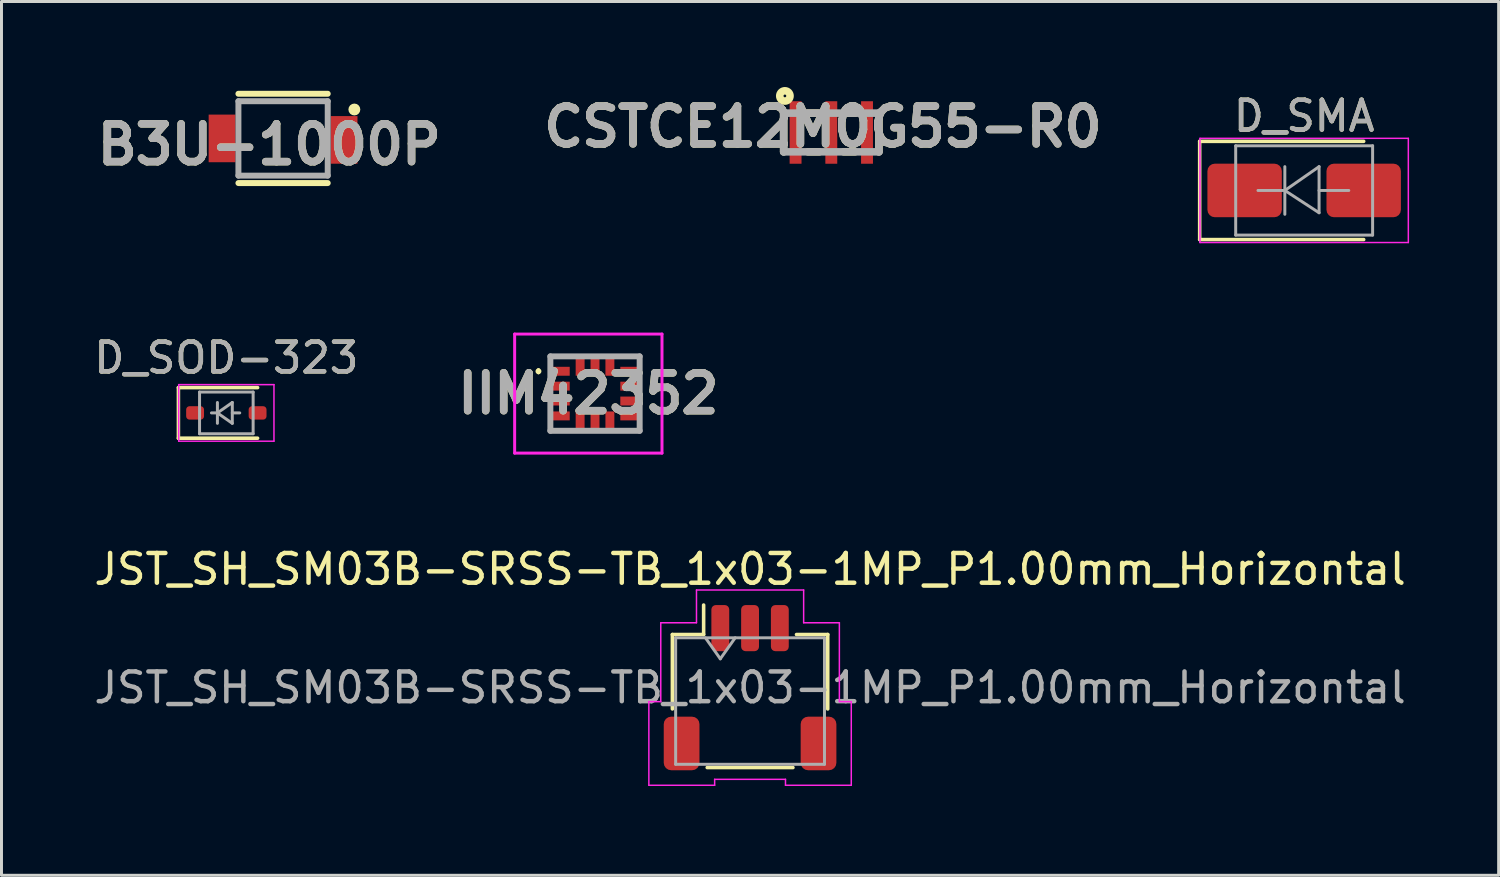
<source format=kicad_pcb>
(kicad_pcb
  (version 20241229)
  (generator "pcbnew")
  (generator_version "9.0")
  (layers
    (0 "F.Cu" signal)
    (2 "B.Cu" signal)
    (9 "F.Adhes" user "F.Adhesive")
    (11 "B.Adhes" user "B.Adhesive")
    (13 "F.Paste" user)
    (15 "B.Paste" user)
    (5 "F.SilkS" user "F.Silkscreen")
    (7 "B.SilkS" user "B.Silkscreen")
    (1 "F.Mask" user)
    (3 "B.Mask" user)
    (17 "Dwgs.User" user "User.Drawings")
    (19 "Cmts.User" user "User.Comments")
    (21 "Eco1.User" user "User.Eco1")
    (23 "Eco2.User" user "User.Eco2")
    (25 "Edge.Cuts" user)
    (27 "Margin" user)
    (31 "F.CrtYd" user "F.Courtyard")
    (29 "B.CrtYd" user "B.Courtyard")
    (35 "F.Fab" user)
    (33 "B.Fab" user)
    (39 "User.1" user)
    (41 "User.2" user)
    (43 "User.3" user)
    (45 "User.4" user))
  (footprint "D_SMA"
    (layer "F.Cu")
    (at 40.764 3.348)
    (property "Reference" "D_SMA" (at 0 -2.5 0) (layer "F.SilkS") (effects (font (size 1 1) (thickness 0.15))))
    (attr smd)
    (fp_line (start -3.51 -1.65) (end -3.51 1.65) (stroke (width 0.12) (type solid)) (layer "F.SilkS"))
    (fp_line (start -3.51 -1.65) (end 2 -1.65) (stroke (width 0.12) (type solid)) (layer "F.SilkS"))
    (fp_line (start -3.51 1.65) (end 2 1.65) (stroke (width 0.12) (type solid)) (layer "F.SilkS"))
    (fp_line (start -3.5 -1.75) (end 3.5 -1.75) (stroke (width 0.05) (type solid)) (layer "F.CrtYd"))
    (fp_line (start -3.5 1.75) (end -3.5 -1.75) (stroke (width 0.05) (type solid)) (layer "F.CrtYd"))
    (fp_line (start 3.5 -1.75) (end 3.5 1.75) (stroke (width 0.05) (type solid)) (layer "F.CrtYd"))
    (fp_line (start 3.5 1.75) (end -3.5 1.75) (stroke (width 0.05) (type solid)) (layer "F.CrtYd"))
    (fp_line (start -2.3 1.5) (end -2.3 -1.5) (stroke (width 0.1) (type solid)) (layer "F.Fab"))
    (fp_line (start -0.649 -0.799) (end -0.649 0.801) (stroke (width 0.1) (type solid)) (layer "F.Fab"))
    (fp_line (start -0.649 0.001) (end -1.551 0.001) (stroke (width 0.1) (type solid)) (layer "F.Fab"))
    (fp_line (start -0.649 0.001) (end 0.501 -0.799) (stroke (width 0.1) (type solid)) (layer "F.Fab"))
    (fp_line (start -0.649 0.001) (end 0.501 0.75) (stroke (width 0.1) (type solid)) (layer "F.Fab"))
    (fp_line (start 0.501 0.001) (end 1.499 0.001) (stroke (width 0.1) (type solid)) (layer "F.Fab"))
    (fp_line (start 0.501 0.75) (end 0.501 -0.799) (stroke (width 0.1) (type solid)) (layer "F.Fab"))
    (fp_line (start 2.3 -1.5) (end -2.3 -1.5) (stroke (width 0.1) (type solid)) (layer "F.Fab"))
    (fp_line (start 2.3 -1.5) (end 2.3 1.5) (stroke (width 0.1) (type solid)) (layer "F.Fab"))
    (fp_line (start 2.3 1.5) (end -2.3 1.5) (stroke (width 0.1) (type solid)) (layer "F.Fab"))
    (fp_text user "${REFERENCE}" (at 0 -2.5 0) (layer "F.Fab") (effects (font (size 1 1) (thickness 0.15))))
    (pad "1" smd roundrect (at -2 0) (size 2.5 1.8) (layers "F.Cu" "F.Mask" "F.Paste") (roundrect_rratio 0.139))
    (pad "2" smd roundrect (at 2 0) (size 2.5 1.8) (layers "F.Cu" "F.Mask" "F.Paste") (roundrect_rratio 0.139)))
  (footprint "B3U-1000P"
    (layer "F.Cu")
    (at 6.46 1.6)
    (property "Reference" "B3U-1000P" (at -0.461 0.206 0) (layer "F.SilkS") (effects (font (size 1.27 1.27) (thickness 0.254))))
    (attr smd)
    (fp_line (start -1.5 -1.5) (end 1.5 -1.5) (stroke (width 0.2) (type solid)) (layer "F.SilkS"))
    (fp_line (start -1.5 1.5) (end 1.5 1.5) (stroke (width 0.2) (type solid)) (layer "F.SilkS"))
    (fp_circle (center 2.395 -0.971) (end 2.395 -0.871) (stroke (width 0.2) (type solid)) (fill no) (layer "F.SilkS"))
    (fp_line (start -1.5 -1.25) (end 1.5 -1.25) (stroke (width 0.2) (type solid)) (layer "F.Fab"))
    (fp_line (start -1.5 1.25) (end -1.5 -1.25) (stroke (width 0.2) (type solid)) (layer "F.Fab"))
    (fp_line (start 1.5 -1.25) (end 1.5 1.25) (stroke (width 0.2) (type solid)) (layer "F.Fab"))
    (fp_line (start 1.5 1.25) (end -1.5 1.25) (stroke (width 0.2) (type solid)) (layer "F.Fab"))
    (fp_text user "${REFERENCE}" (at -0.461 0.206 0) (layer "F.Fab") (effects (font (size 1.27 1.27) (thickness 0.254))))
    (pad "1" smd rect (at 2.05 0.05) (size 0.9 1.6) (layers "F.Cu" "F.Mask" "F.Paste"))
    (pad "2" smd rect (at -2.05 0) (size 0.9 1.6) (layers "F.Cu" "F.Mask" "F.Paste")))
  (footprint "D_SOD-323"
    (layer "F.Cu")
    (at 4.554 10.822)
    (property "Reference" "D_SOD-323" (at 0 -1.85 0) (layer "F.SilkS") (effects (font (size 1 1) (thickness 0.15))))
    (attr smd)
    (fp_line (start -1.61 -0.85) (end -1.61 0.85) (stroke (width 0.12) (type solid)) (layer "F.SilkS"))
    (fp_line (start -1.61 -0.85) (end 1.05 -0.85) (stroke (width 0.12) (type solid)) (layer "F.SilkS"))
    (fp_line (start -1.61 0.85) (end 1.05 0.85) (stroke (width 0.12) (type solid)) (layer "F.SilkS"))
    (fp_line (start -1.6 -0.95) (end -1.6 0.95) (stroke (width 0.05) (type solid)) (layer "F.CrtYd"))
    (fp_line (start -1.6 -0.95) (end 1.6 -0.95) (stroke (width 0.05) (type solid)) (layer "F.CrtYd"))
    (fp_line (start -1.6 0.95) (end 1.6 0.95) (stroke (width 0.05) (type solid)) (layer "F.CrtYd"))
    (fp_line (start 1.6 -0.95) (end 1.6 0.95) (stroke (width 0.05) (type solid)) (layer "F.CrtYd"))
    (fp_line (start -0.9 -0.7) (end 0.9 -0.7) (stroke (width 0.1) (type solid)) (layer "F.Fab"))
    (fp_line (start -0.9 0.7) (end -0.9 -0.7) (stroke (width 0.1) (type solid)) (layer "F.Fab"))
    (fp_line (start -0.3 -0.35) (end -0.3 0.35) (stroke (width 0.1) (type solid)) (layer "F.Fab"))
    (fp_line (start -0.3 0) (end -0.5 0) (stroke (width 0.1) (type solid)) (layer "F.Fab"))
    (fp_line (start -0.3 0) (end 0.2 -0.35) (stroke (width 0.1) (type solid)) (layer "F.Fab"))
    (fp_line (start 0.2 -0.35) (end 0.2 0.35) (stroke (width 0.1) (type solid)) (layer "F.Fab"))
    (fp_line (start 0.2 0) (end 0.45 0) (stroke (width 0.1) (type solid)) (layer "F.Fab"))
    (fp_line (start 0.2 0.35) (end -0.3 0) (stroke (width 0.1) (type solid)) (layer "F.Fab"))
    (fp_line (start 0.9 -0.7) (end 0.9 0.7) (stroke (width 0.1) (type solid)) (layer "F.Fab"))
    (fp_line (start 0.9 0.7) (end -0.9 0.7) (stroke (width 0.1) (type solid)) (layer "F.Fab"))
    (fp_text user "${REFERENCE}" (at 0 -1.85 0) (layer "F.Fab") (effects (font (size 1 1) (thickness 0.15))))
    (pad "1" smd roundrect (at -1.05 0) (size 0.6 0.45) (layers "F.Cu" "F.Mask" "F.Paste") (roundrect_rratio 0.25))
    (pad "2" smd roundrect (at 1.05 0) (size 0.6 0.45) (layers "F.Cu" "F.Mask" "F.Paste") (roundrect_rratio 0.25)))
  (footprint "JST_SH_SM03B-SRSS-TB_1x03-1MP_P1.00mm_Horizontal"
    (layer "F.Cu")
    (at 22.149 20.052)
    (property "Reference" "JST_SH_SM03B-SRSS-TB_1x03-1MP_P1.00mm_Horizontal" (at 0 -3.98 0) (layer "F.SilkS") (effects (font (size 1 1) (thickness 0.15))))
    (attr smd)
    (fp_line (start -2.61 -1.785) (end -1.56 -1.785) (stroke (width 0.12) (type solid)) (layer "F.SilkS"))
    (fp_line (start -2.61 0.715) (end -2.61 -1.785) (stroke (width 0.12) (type solid)) (layer "F.SilkS"))
    (fp_line (start -1.56 -1.785) (end -1.56 -2.775) (stroke (width 0.12) (type solid)) (layer "F.SilkS"))
    (fp_line (start -1.44 2.685) (end 1.44 2.685) (stroke (width 0.12) (type solid)) (layer "F.SilkS"))
    (fp_line (start 2.61 -1.785) (end 1.56 -1.785) (stroke (width 0.12) (type solid)) (layer "F.SilkS"))
    (fp_line (start 2.61 0.715) (end 2.61 -1.785) (stroke (width 0.12) (type solid)) (layer "F.SilkS"))
    (fp_line (start -3.4 0.47) (end -3 0.47) (stroke (width 0.05) (type solid)) (layer "F.CrtYd"))
    (fp_line (start -3.4 3.28) (end -3.4 0.47) (stroke (width 0.05) (type solid)) (layer "F.CrtYd"))
    (fp_line (start -3 -2.18) (end -1.8 -2.18) (stroke (width 0.05) (type solid)) (layer "F.CrtYd"))
    (fp_line (start -3 0.47) (end -3 -2.18) (stroke (width 0.05) (type solid)) (layer "F.CrtYd"))
    (fp_line (start -1.8 -3.28) (end 1.8 -3.28) (stroke (width 0.05) (type solid)) (layer "F.CrtYd"))
    (fp_line (start -1.8 -2.18) (end -1.8 -3.28) (stroke (width 0.05) (type solid)) (layer "F.CrtYd"))
    (fp_line (start -1.19 3.08) (end -1.19 3.28) (stroke (width 0.05) (type solid)) (layer "F.CrtYd"))
    (fp_line (start -1.19 3.28) (end -3.4 3.28) (stroke (width 0.05) (type solid)) (layer "F.CrtYd"))
    (fp_line (start 1.19 3.08) (end -1.19 3.08) (stroke (width 0.05) (type solid)) (layer "F.CrtYd"))
    (fp_line (start 1.19 3.28) (end 1.19 3.08) (stroke (width 0.05) (type solid)) (layer "F.CrtYd"))
    (fp_line (start 1.8 -3.28) (end 1.8 -2.18) (stroke (width 0.05) (type solid)) (layer "F.CrtYd"))
    (fp_line (start 1.8 -2.18) (end 3 -2.18) (stroke (width 0.05) (type solid)) (layer "F.CrtYd"))
    (fp_line (start 3 -2.18) (end 3 0.47) (stroke (width 0.05) (type solid)) (layer "F.CrtYd"))
    (fp_line (start 3 0.47) (end 3.4 0.47) (stroke (width 0.05) (type solid)) (layer "F.CrtYd"))
    (fp_line (start 3.4 0.47) (end 3.4 3.28) (stroke (width 0.05) (type solid)) (layer "F.CrtYd"))
    (fp_line (start 3.4 3.28) (end 1.19 3.28) (stroke (width 0.05) (type solid)) (layer "F.CrtYd"))
    (fp_line (start -2.5 -1.675) (end -2.5 2.575) (stroke (width 0.1) (type solid)) (layer "F.Fab"))
    (fp_line (start -2.5 -1.675) (end 2.5 -1.675) (stroke (width 0.1) (type solid)) (layer "F.Fab"))
    (fp_line (start -2.5 2.575) (end 2.5 2.575) (stroke (width 0.1) (type solid)) (layer "F.Fab"))
    (fp_line (start -1.5 -1.675) (end -1 -0.968) (stroke (width 0.1) (type solid)) (layer "F.Fab"))
    (fp_line (start -1 -0.968) (end -0.5 -1.675) (stroke (width 0.1) (type solid)) (layer "F.Fab"))
    (fp_line (start 2.5 -1.675) (end 2.5 2.575) (stroke (width 0.1) (type solid)) (layer "F.Fab"))
    (fp_text user "${REFERENCE}" (at 0 0 0) (layer "F.Fab") (effects (font (size 1 1) (thickness 0.15))))
    (pad "1" smd roundrect (at -1 -2) (size 0.6 1.55) (layers "F.Cu" "F.Mask" "F.Paste") (roundrect_rratio 0.25))
    (pad "2" smd roundrect (at 0 -2) (size 0.6 1.55) (layers "F.Cu" "F.Mask" "F.Paste") (roundrect_rratio 0.25))
    (pad "3" smd roundrect (at 1 -2) (size 0.6 1.55) (layers "F.Cu" "F.Mask" "F.Paste") (roundrect_rratio 0.25))
    (pad "MP" smd roundrect (at -2.3 1.875) (size 1.2 1.8) (layers "F.Cu" "F.Mask" "F.Paste") (roundrect_rratio 0.208))
    (pad "MP" smd roundrect (at 2.3 1.875) (size 1.2 1.8) (layers "F.Cu" "F.Mask" "F.Paste") (roundrect_rratio 0.208)))
  (footprint "CSTCE12M0G55-R0"
    (layer "F.Cu")
    (at 24.878 1.401)
    (property "Reference" "CSTCE12M0G55-R0" (at -0.282 -0.192 0) (layer "F.SilkS") (effects (font (size 1.27 1.27) (thickness 0.254))))
    (attr smd)
    (fp_line (start -1.6 0.65) (end -1.6 -0.65) (stroke (width 0.254) (type solid)) (layer "F.SilkS"))
    (fp_line (start -0.807 -0.65) (end -0.428 -0.65) (stroke (width 0.254) (type solid)) (layer "F.SilkS"))
    (fp_line (start -0.783 0.65) (end -0.404 0.65) (stroke (width 0.254) (type solid)) (layer "F.SilkS"))
    (fp_line (start 0.417 -0.65) (end 0.796 -0.65) (stroke (width 0.254) (type solid)) (layer "F.SilkS"))
    (fp_line (start 0.417 0.65) (end 0.796 0.65) (stroke (width 0.254) (type solid)) (layer "F.SilkS"))
    (fp_line (start 1.6 -0.65) (end 1.6 0.65) (stroke (width 0.254) (type solid)) (layer "F.SilkS"))
    (fp_circle (center -1.559 -1.228) (end -1.559 -1.182) (stroke (width 0.254) (type solid)) (fill no) (layer "F.SilkS"))
    (fp_line (start -1.6 -0.65) (end 1.6 -0.65) (stroke (width 0.254) (type solid)) (layer "F.Fab"))
    (fp_line (start -1.6 0.65) (end -1.6 -0.65) (stroke (width 0.254) (type solid)) (layer "F.Fab"))
    (fp_line (start 1.6 -0.65) (end 1.6 0.65) (stroke (width 0.254) (type solid)) (layer "F.Fab"))
    (fp_line (start 1.6 0.65) (end -1.6 0.65) (stroke (width 0.254) (type solid)) (layer "F.Fab"))
    (fp_text user "${REFERENCE}" (at -0.282 -0.192 0) (layer "F.Fab") (effects (font (size 1.27 1.27) (thickness 0.254))))
    (pad "1" smd rect (at -1.2 0) (size 0.4 2.1) (layers "F.Cu" "F.Mask" "F.Paste"))
    (pad "2" smd rect (at 0 0) (size 0.4 2.1) (layers "F.Cu" "F.Mask" "F.Paste"))
    (pad "3" smd rect (at 1.2 0) (size 0.4 2.1) (layers "F.Cu" "F.Mask" "F.Paste")))
  (footprint "IIM42352"
    (layer "F.Cu")
    (at 16.94 10.173)
    (property "Reference" "IIM42352" (at -0.225 0 0) (layer "F.SilkS") (effects (font (size 1.27 1.27) (thickness 0.254))))
    (attr smd)
    (fp_line (start -1.9 -0.8) (end -1.9 -0.8) (stroke (width 0.1) (type solid)) (layer "F.SilkS"))
    (fp_line (start -1.9 -0.7) (end -1.9 -0.7) (stroke (width 0.1) (type solid)) (layer "F.SilkS"))
    (fp_line (start -1.5 -1.25) (end -0.8 -1.25) (stroke (width 0.1) (type solid)) (layer "F.SilkS"))
    (fp_line (start -1.5 -1) (end -1.5 -1.25) (stroke (width 0.1) (type solid)) (layer "F.SilkS"))
    (fp_line (start -1.5 1.1) (end -1.5 1.25) (stroke (width 0.1) (type solid)) (layer "F.SilkS"))
    (fp_line (start -1.5 1.25) (end -0.8 1.25) (stroke (width 0.1) (type solid)) (layer "F.SilkS"))
    (fp_line (start 0.8 -1.25) (end 1.5 -1.25) (stroke (width 0.1) (type solid)) (layer "F.SilkS"))
    (fp_line (start 0.8 1.25) (end 1.5 1.25) (stroke (width 0.1) (type solid)) (layer "F.SilkS"))
    (fp_line (start 1.5 -1.25) (end 1.5 -1) (stroke (width 0.1) (type solid)) (layer "F.SilkS"))
    (fp_line (start 1.5 1.25) (end 1.5 1) (stroke (width 0.1) (type solid)) (layer "F.SilkS"))
    (fp_arc (start -1.9 -0.8) (mid -1.85 -0.75) (end -1.9 -0.7) (stroke (width 0.1) (type solid)) (layer "F.SilkS"))
    (fp_arc (start -1.9 -0.7) (mid -1.95 -0.75) (end -1.9 -0.8) (stroke (width 0.1) (type solid)) (layer "F.SilkS"))
    (fp_line (start -2.7 -2) (end 2.25 -2) (stroke (width 0.1) (type solid)) (layer "F.CrtYd"))
    (fp_line (start -2.7 2) (end -2.7 -2) (stroke (width 0.1) (type solid)) (layer "F.CrtYd"))
    (fp_line (start 2.25 -2) (end 2.25 2) (stroke (width 0.1) (type solid)) (layer "F.CrtYd"))
    (fp_line (start 2.25 2) (end -2.7 2) (stroke (width 0.1) (type solid)) (layer "F.CrtYd"))
    (fp_line (start -1.5 -1.25) (end 1.5 -1.25) (stroke (width 0.2) (type solid)) (layer "F.Fab"))
    (fp_line (start -1.5 1.25) (end -1.5 -1.25) (stroke (width 0.2) (type solid)) (layer "F.Fab"))
    (fp_line (start 1.5 -1.25) (end 1.5 1.25) (stroke (width 0.2) (type solid)) (layer "F.Fab"))
    (fp_line (start 1.5 1.25) (end -1.5 1.25) (stroke (width 0.2) (type solid)) (layer "F.Fab"))
    (fp_text user "${REFERENCE}" (at -0.225 0 0) (layer "F.Fab") (effects (font (size 1.27 1.27) (thickness 0.254))))
    (pad "1" smd rect (at -1.15 -0.75 90) (size 0.3 0.6) (layers "F.Cu" "F.Mask" "F.Paste"))
    (pad "2" smd rect (at -1.15 -0.25 90) (size 0.3 0.6) (layers "F.Cu" "F.Mask" "F.Paste"))
    (pad "3" smd rect (at -1.15 0.25 90) (size 0.3 0.6) (layers "F.Cu" "F.Mask" "F.Paste"))
    (pad "4" smd rect (at -1.15 0.75 90) (size 0.3 0.6) (layers "F.Cu" "F.Mask" "F.Paste"))
    (pad "5" smd rect (at -0.5 0.9) (size 0.3 0.6) (layers "F.Cu" "F.Mask" "F.Paste"))
    (pad "6" smd rect (at 0 0.9) (size 0.3 0.6) (layers "F.Cu" "F.Mask" "F.Paste"))
    (pad "7" smd rect (at 0.5 0.9) (size 0.3 0.6) (layers "F.Cu" "F.Mask" "F.Paste"))
    (pad "8" smd rect (at 1.15 0.75 90) (size 0.3 0.6) (layers "F.Cu" "F.Mask" "F.Paste"))
    (pad "9" smd rect (at 1.15 0.25 90) (size 0.3 0.6) (layers "F.Cu" "F.Mask" "F.Paste"))
    (pad "10" smd rect (at 1.15 -0.25 90) (size 0.3 0.6) (layers "F.Cu" "F.Mask" "F.Paste"))
    (pad "11" smd rect (at 1.15 -0.75 90) (size 0.3 0.6) (layers "F.Cu" "F.Mask" "F.Paste"))
    (pad "12" smd rect (at 0.5 -0.9) (size 0.3 0.6) (layers "F.Cu" "F.Mask" "F.Paste"))
    (pad "13" smd rect (at 0 -0.9) (size 0.3 0.6) (layers "F.Cu" "F.Mask" "F.Paste"))
    (pad "14" smd rect (at -0.5 -0.9) (size 0.3 0.6) (layers "F.Cu" "F.Mask" "F.Paste")))
  (gr_rect
    (start -3 -3)
    (end 47.298 26.357)
    (stroke (width 0.1) (type default))
    (fill no)
    (layer "Edge.Cuts")))
</source>
